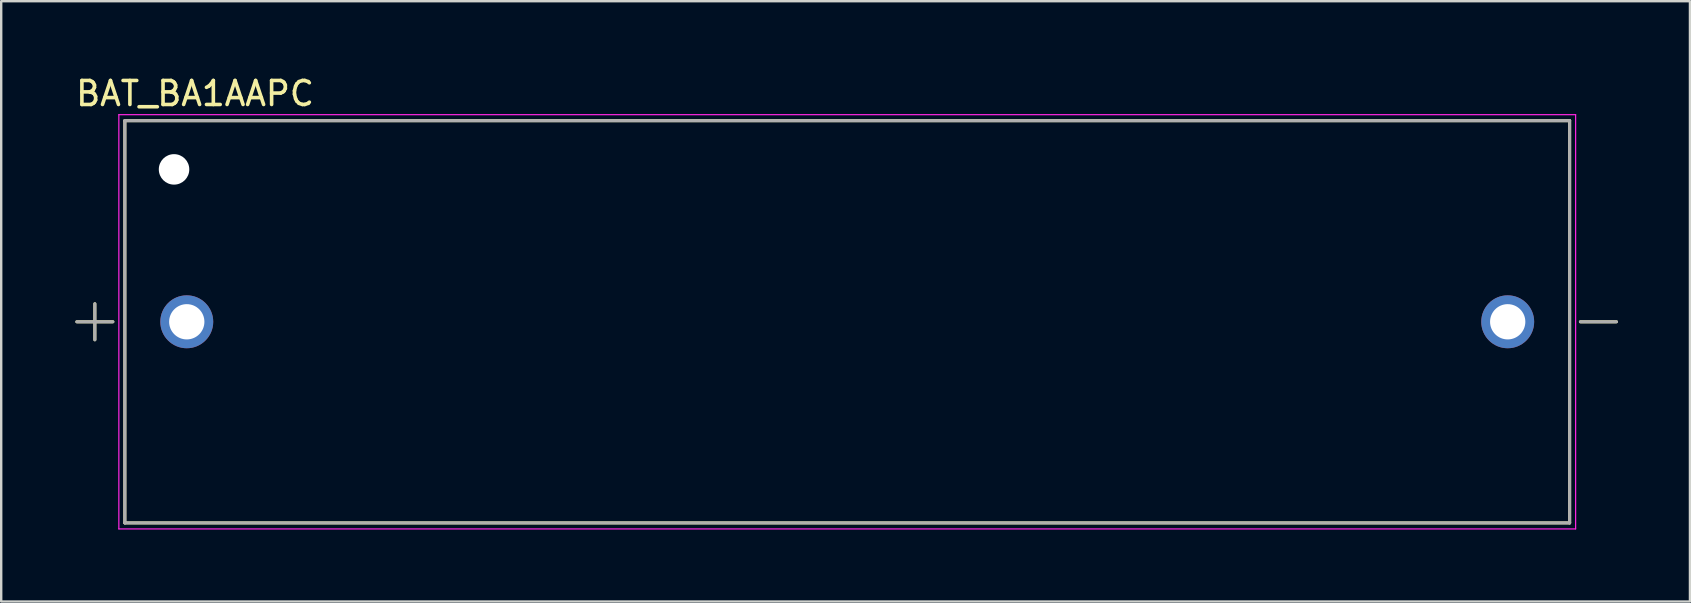
<source format=kicad_pcb>
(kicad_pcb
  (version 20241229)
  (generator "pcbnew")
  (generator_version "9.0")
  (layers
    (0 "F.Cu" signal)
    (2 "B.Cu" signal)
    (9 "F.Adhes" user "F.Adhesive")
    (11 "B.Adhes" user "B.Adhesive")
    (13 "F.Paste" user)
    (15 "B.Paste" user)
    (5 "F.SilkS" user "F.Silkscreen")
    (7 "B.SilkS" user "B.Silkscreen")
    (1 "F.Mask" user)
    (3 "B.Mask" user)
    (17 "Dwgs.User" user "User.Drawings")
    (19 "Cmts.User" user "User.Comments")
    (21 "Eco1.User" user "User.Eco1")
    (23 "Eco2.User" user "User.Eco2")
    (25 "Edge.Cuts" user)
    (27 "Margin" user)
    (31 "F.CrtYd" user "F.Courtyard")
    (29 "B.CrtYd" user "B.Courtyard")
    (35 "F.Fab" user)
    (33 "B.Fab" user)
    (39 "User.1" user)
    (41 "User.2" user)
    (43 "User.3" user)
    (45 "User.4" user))
  (footprint "BAT_BA1AAPC"
    (layer "F.Cu")
    (at 32.252 10.358)
    (property "Reference" "BAT_BA1AAPC" (at -27.175 -9.51 0) (layer "F.SilkS") (effects (font (size 1 1) (thickness 0.15))))
    (attr through_hole)
    (fp_line (start -32.1 0) (end -30.6 0) (stroke (width 0.127) (type solid)) (layer "F.SilkS"))
    (fp_line (start -31.35 0.75) (end -31.35 -0.75) (stroke (width 0.127) (type solid)) (layer "F.SilkS"))
    (fp_line (start -30.1 -8.38) (end 30.1 -8.38) (stroke (width 0.127) (type solid)) (layer "F.SilkS"))
    (fp_line (start -30.1 8.38) (end -30.1 -8.38) (stroke (width 0.127) (type solid)) (layer "F.SilkS"))
    (fp_line (start 30.1 -8.38) (end 30.1 8.38) (stroke (width 0.127) (type solid)) (layer "F.SilkS"))
    (fp_line (start 30.1 8.38) (end -30.1 8.38) (stroke (width 0.127) (type solid)) (layer "F.SilkS"))
    (fp_line (start 30.55 0) (end 32.05 0) (stroke (width 0.127) (type solid)) (layer "F.SilkS"))
    (fp_line (start -30.35 -8.63) (end -30.35 8.63) (stroke (width 0.05) (type solid)) (layer "F.CrtYd"))
    (fp_line (start -30.35 8.63) (end 30.35 8.63) (stroke (width 0.05) (type solid)) (layer "F.CrtYd"))
    (fp_line (start 30.35 -8.63) (end -30.35 -8.63) (stroke (width 0.05) (type solid)) (layer "F.CrtYd"))
    (fp_line (start 30.35 8.63) (end 30.35 -8.63) (stroke (width 0.05) (type solid)) (layer "F.CrtYd"))
    (fp_line (start -32.1 0) (end -30.6 0) (stroke (width 0.127) (type solid)) (layer "F.Fab"))
    (fp_line (start -31.35 0.75) (end -31.35 -0.75) (stroke (width 0.127) (type solid)) (layer "F.Fab"))
    (fp_line (start -30.1 -8.38) (end 30.1 -8.38) (stroke (width 0.127) (type solid)) (layer "F.Fab"))
    (fp_line (start -30.1 8.38) (end -30.1 -8.38) (stroke (width 0.127) (type solid)) (layer "F.Fab"))
    (fp_line (start 30.1 -8.38) (end 30.1 8.38) (stroke (width 0.127) (type solid)) (layer "F.Fab"))
    (fp_line (start 30.1 8.38) (end -30.1 8.38) (stroke (width 0.127) (type solid)) (layer "F.Fab"))
    (fp_line (start 30.55 0) (end 32.05 0) (stroke (width 0.127) (type solid)) (layer "F.Fab"))
    (pad "" np_thru_hole circle (at -28.05 -6.35) (size 1.27 1.27) (drill 1.27) (layers "*.Cu" "*.Mask"))
    (pad "+" thru_hole circle (at -27.52 0) (size 2.205 2.205) (drill 1.47) (layers "*.Cu" "*.Mask"))
    (pad "-" thru_hole circle (at 27.52 0) (size 2.205 2.205) (drill 1.47) (layers "*.Cu" "*.Mask")))
  (gr_rect
    (start -3 -3)
    (end 67.366 22.013)
    (stroke (width 0.1) (type default))
    (fill no)
    (layer "Edge.Cuts")))
</source>
